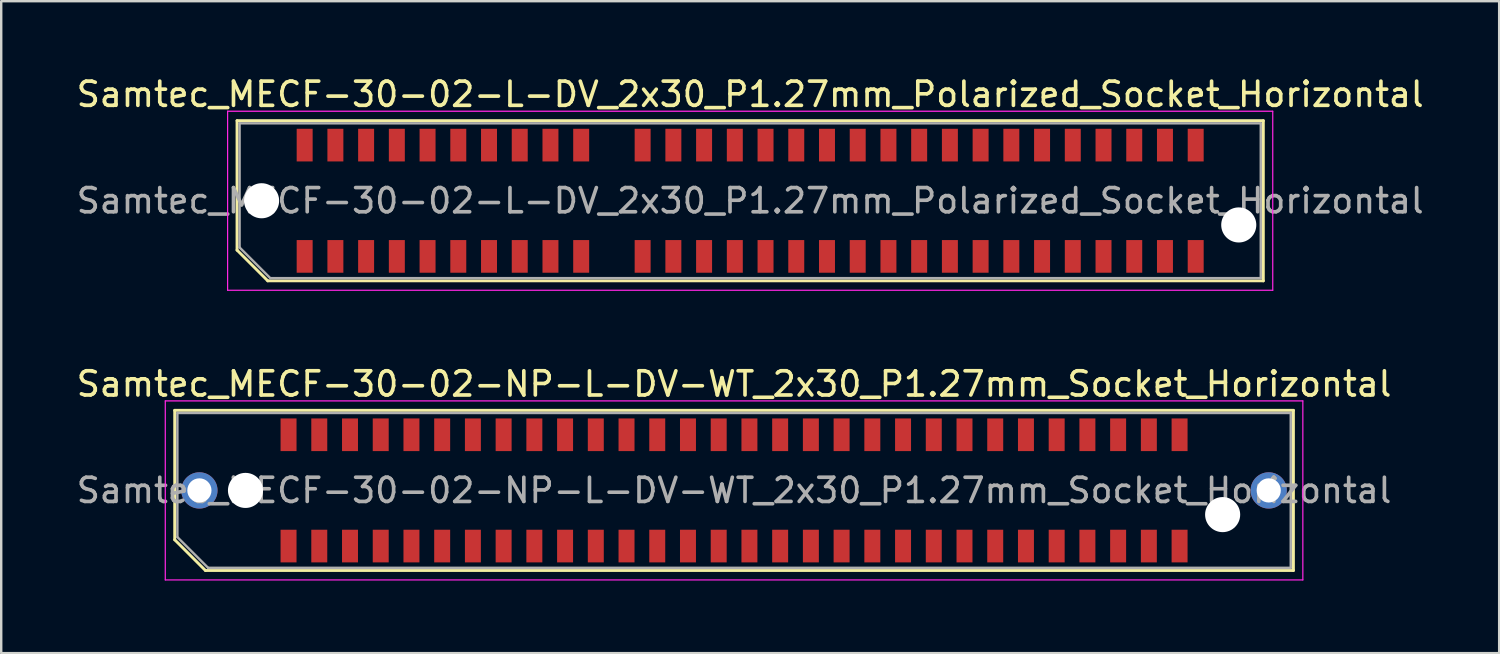
<source format=kicad_pcb>
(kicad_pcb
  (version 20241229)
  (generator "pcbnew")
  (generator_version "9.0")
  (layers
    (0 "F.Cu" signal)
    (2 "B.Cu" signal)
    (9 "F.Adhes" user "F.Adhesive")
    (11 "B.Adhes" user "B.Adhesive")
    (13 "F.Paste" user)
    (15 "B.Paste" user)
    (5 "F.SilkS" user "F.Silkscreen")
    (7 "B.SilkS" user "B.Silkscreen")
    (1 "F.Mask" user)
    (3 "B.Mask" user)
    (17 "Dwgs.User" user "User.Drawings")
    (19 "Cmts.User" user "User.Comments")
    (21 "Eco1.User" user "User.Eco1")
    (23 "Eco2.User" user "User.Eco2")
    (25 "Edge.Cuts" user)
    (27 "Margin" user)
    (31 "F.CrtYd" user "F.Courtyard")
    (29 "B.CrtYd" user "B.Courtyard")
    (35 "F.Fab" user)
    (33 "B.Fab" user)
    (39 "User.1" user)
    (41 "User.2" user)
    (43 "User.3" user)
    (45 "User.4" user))
  (footprint "Samtec_MECF-30-02-NP-L-DV-WT_2x30_P1.27mm_Socket_Horizontal"
    (layer "F.Cu")
    (at 27.292 17.221)
    (property "Reference" "Samtec_MECF-30-02-NP-L-DV-WT_2x30_P1.27mm_Socket_Horizontal" (at 0 -4.4 0) (layer "F.SilkS") (effects (font (size 1 1) (thickness 0.15))))
    (attr smd)
    (fp_line (start -23.12 -3.31) (end 23.12 -3.31) (stroke (width 0.12) (type solid)) (layer "F.SilkS"))
    (fp_line (start -23.12 2.04) (end -23.12 -3.31) (stroke (width 0.12) (type solid)) (layer "F.SilkS"))
    (fp_line (start -21.85 3.31) (end -23.12 2.04) (stroke (width 0.12) (type solid)) (layer "F.SilkS"))
    (fp_line (start -21.85 3.31) (end 23.12 3.31) (stroke (width 0.12) (type solid)) (layer "F.SilkS"))
    (fp_line (start 23.12 3.31) (end 23.12 -3.31) (stroke (width 0.12) (type solid)) (layer "F.SilkS"))
    (fp_line (start -23.51 -3.7) (end -23.51 3.7) (stroke (width 0.05) (type solid)) (layer "F.CrtYd"))
    (fp_line (start -23.51 3.7) (end 23.51 3.7) (stroke (width 0.05) (type solid)) (layer "F.CrtYd"))
    (fp_line (start 23.51 -3.7) (end -23.51 -3.7) (stroke (width 0.05) (type solid)) (layer "F.CrtYd"))
    (fp_line (start 23.51 3.7) (end 23.51 -3.7) (stroke (width 0.05) (type solid)) (layer "F.CrtYd"))
    (fp_line (start -23.01 -3.2) (end 23.01 -3.2) (stroke (width 0.1) (type solid)) (layer "F.Fab"))
    (fp_line (start -23.01 1.93) (end -23.01 -3.2) (stroke (width 0.1) (type solid)) (layer "F.Fab"))
    (fp_line (start -23.01 1.93) (end -21.74 3.2) (stroke (width 0.1) (type solid)) (layer "F.Fab"))
    (fp_line (start -21.74 3.2) (end 23.01 3.2) (stroke (width 0.1) (type solid)) (layer "F.Fab"))
    (fp_line (start 23.01 3.2) (end 23.01 -3.2) (stroke (width 0.1) (type solid)) (layer "F.Fab"))
    (fp_text user "${REFERENCE}" (at 0 0 0) (layer "F.Fab") (effects (font (size 1 1) (thickness 0.15))))
    (pad "" thru_hole circle (at -22.1 0) (size 1.5 1.5) (drill 1) (layers "*.Cu" "*.Mask"))
    (pad "" np_thru_hole circle (at -20.195 0) (size 1.45 1.45) (drill 1.45) (layers "*.Cu" "*.Mask"))
    (pad "" np_thru_hole circle (at 20.195 1) (size 1.45 1.45) (drill 1.45) (layers "*.Cu" "*.Mask"))
    (pad "" thru_hole circle (at 22.1 0) (size 1.5 1.5) (drill 1) (layers "*.Cu" "*.Mask"))
    (pad "1" smd rect (at -18.415 2.3) (size 0.66 1.35) (layers "F.Cu" "F.Mask" "F.Paste"))
    (pad "2" smd rect (at -18.415 -2.3) (size 0.66 1.35) (layers "F.Cu" "F.Mask" "F.Paste"))
    (pad "3" smd rect (at -17.145 2.3) (size 0.66 1.35) (layers "F.Cu" "F.Mask" "F.Paste"))
    (pad "4" smd rect (at -17.145 -2.3) (size 0.66 1.35) (layers "F.Cu" "F.Mask" "F.Paste"))
    (pad "5" smd rect (at -15.875 2.3) (size 0.66 1.35) (layers "F.Cu" "F.Mask" "F.Paste"))
    (pad "6" smd rect (at -15.875 -2.3) (size 0.66 1.35) (layers "F.Cu" "F.Mask" "F.Paste"))
    (pad "7" smd rect (at -14.605 2.3) (size 0.66 1.35) (layers "F.Cu" "F.Mask" "F.Paste"))
    (pad "8" smd rect (at -14.605 -2.3) (size 0.66 1.35) (layers "F.Cu" "F.Mask" "F.Paste"))
    (pad "9" smd rect (at -13.335 2.3) (size 0.66 1.35) (layers "F.Cu" "F.Mask" "F.Paste"))
    (pad "10" smd rect (at -13.335 -2.3) (size 0.66 1.35) (layers "F.Cu" "F.Mask" "F.Paste"))
    (pad "11" smd rect (at -12.065 2.3) (size 0.66 1.35) (layers "F.Cu" "F.Mask" "F.Paste"))
    (pad "12" smd rect (at -12.065 -2.3) (size 0.66 1.35) (layers "F.Cu" "F.Mask" "F.Paste"))
    (pad "13" smd rect (at -10.795 2.3) (size 0.66 1.35) (layers "F.Cu" "F.Mask" "F.Paste"))
    (pad "14" smd rect (at -10.795 -2.3) (size 0.66 1.35) (layers "F.Cu" "F.Mask" "F.Paste"))
    (pad "15" smd rect (at -9.525 2.3) (size 0.66 1.35) (layers "F.Cu" "F.Mask" "F.Paste"))
    (pad "16" smd rect (at -9.525 -2.3) (size 0.66 1.35) (layers "F.Cu" "F.Mask" "F.Paste"))
    (pad "17" smd rect (at -8.255 2.3) (size 0.66 1.35) (layers "F.Cu" "F.Mask" "F.Paste"))
    (pad "18" smd rect (at -8.255 -2.3) (size 0.66 1.35) (layers "F.Cu" "F.Mask" "F.Paste"))
    (pad "19" smd rect (at -6.985 2.3) (size 0.66 1.35) (layers "F.Cu" "F.Mask" "F.Paste"))
    (pad "20" smd rect (at -6.985 -2.3) (size 0.66 1.35) (layers "F.Cu" "F.Mask" "F.Paste"))
    (pad "21" smd rect (at -5.715 2.3) (size 0.66 1.35) (layers "F.Cu" "F.Mask" "F.Paste"))
    (pad "22" smd rect (at -5.715 -2.3) (size 0.66 1.35) (layers "F.Cu" "F.Mask" "F.Paste"))
    (pad "23" smd rect (at -4.445 2.3) (size 0.66 1.35) (layers "F.Cu" "F.Mask" "F.Paste"))
    (pad "24" smd rect (at -4.445 -2.3) (size 0.66 1.35) (layers "F.Cu" "F.Mask" "F.Paste"))
    (pad "25" smd rect (at -3.175 2.3) (size 0.66 1.35) (layers "F.Cu" "F.Mask" "F.Paste"))
    (pad "26" smd rect (at -3.175 -2.3) (size 0.66 1.35) (layers "F.Cu" "F.Mask" "F.Paste"))
    (pad "27" smd rect (at -1.905 2.3) (size 0.66 1.35) (layers "F.Cu" "F.Mask" "F.Paste"))
    (pad "28" smd rect (at -1.905 -2.3) (size 0.66 1.35) (layers "F.Cu" "F.Mask" "F.Paste"))
    (pad "29" smd rect (at -0.635 2.3) (size 0.66 1.35) (layers "F.Cu" "F.Mask" "F.Paste"))
    (pad "30" smd rect (at -0.635 -2.3) (size 0.66 1.35) (layers "F.Cu" "F.Mask" "F.Paste"))
    (pad "31" smd rect (at 0.635 2.3) (size 0.66 1.35) (layers "F.Cu" "F.Mask" "F.Paste"))
    (pad "32" smd rect (at 0.635 -2.3) (size 0.66 1.35) (layers "F.Cu" "F.Mask" "F.Paste"))
    (pad "33" smd rect (at 1.905 2.3) (size 0.66 1.35) (layers "F.Cu" "F.Mask" "F.Paste"))
    (pad "34" smd rect (at 1.905 -2.3) (size 0.66 1.35) (layers "F.Cu" "F.Mask" "F.Paste"))
    (pad "35" smd rect (at 3.175 2.3) (size 0.66 1.35) (layers "F.Cu" "F.Mask" "F.Paste"))
    (pad "36" smd rect (at 3.175 -2.3) (size 0.66 1.35) (layers "F.Cu" "F.Mask" "F.Paste"))
    (pad "37" smd rect (at 4.445 2.3) (size 0.66 1.35) (layers "F.Cu" "F.Mask" "F.Paste"))
    (pad "38" smd rect (at 4.445 -2.3) (size 0.66 1.35) (layers "F.Cu" "F.Mask" "F.Paste"))
    (pad "39" smd rect (at 5.715 2.3) (size 0.66 1.35) (layers "F.Cu" "F.Mask" "F.Paste"))
    (pad "40" smd rect (at 5.715 -2.3) (size 0.66 1.35) (layers "F.Cu" "F.Mask" "F.Paste"))
    (pad "41" smd rect (at 6.985 2.3) (size 0.66 1.35) (layers "F.Cu" "F.Mask" "F.Paste"))
    (pad "42" smd rect (at 6.985 -2.3) (size 0.66 1.35) (layers "F.Cu" "F.Mask" "F.Paste"))
    (pad "43" smd rect (at 8.255 2.3) (size 0.66 1.35) (layers "F.Cu" "F.Mask" "F.Paste"))
    (pad "44" smd rect (at 8.255 -2.3) (size 0.66 1.35) (layers "F.Cu" "F.Mask" "F.Paste"))
    (pad "45" smd rect (at 9.525 2.3) (size 0.66 1.35) (layers "F.Cu" "F.Mask" "F.Paste"))
    (pad "46" smd rect (at 9.525 -2.3) (size 0.66 1.35) (layers "F.Cu" "F.Mask" "F.Paste"))
    (pad "47" smd rect (at 10.795 2.3) (size 0.66 1.35) (layers "F.Cu" "F.Mask" "F.Paste"))
    (pad "48" smd rect (at 10.795 -2.3) (size 0.66 1.35) (layers "F.Cu" "F.Mask" "F.Paste"))
    (pad "49" smd rect (at 12.065 2.3) (size 0.66 1.35) (layers "F.Cu" "F.Mask" "F.Paste"))
    (pad "50" smd rect (at 12.065 -2.3) (size 0.66 1.35) (layers "F.Cu" "F.Mask" "F.Paste"))
    (pad "51" smd rect (at 13.335 2.3) (size 0.66 1.35) (layers "F.Cu" "F.Mask" "F.Paste"))
    (pad "52" smd rect (at 13.335 -2.3) (size 0.66 1.35) (layers "F.Cu" "F.Mask" "F.Paste"))
    (pad "53" smd rect (at 14.605 2.3) (size 0.66 1.35) (layers "F.Cu" "F.Mask" "F.Paste"))
    (pad "54" smd rect (at 14.605 -2.3) (size 0.66 1.35) (layers "F.Cu" "F.Mask" "F.Paste"))
    (pad "55" smd rect (at 15.875 2.3) (size 0.66 1.35) (layers "F.Cu" "F.Mask" "F.Paste"))
    (pad "56" smd rect (at 15.875 -2.3) (size 0.66 1.35) (layers "F.Cu" "F.Mask" "F.Paste"))
    (pad "57" smd rect (at 17.145 2.3) (size 0.66 1.35) (layers "F.Cu" "F.Mask" "F.Paste"))
    (pad "58" smd rect (at 17.145 -2.3) (size 0.66 1.35) (layers "F.Cu" "F.Mask" "F.Paste"))
    (pad "59" smd rect (at 18.415 2.3) (size 0.66 1.35) (layers "F.Cu" "F.Mask" "F.Paste"))
    (pad "60" smd rect (at 18.415 -2.3) (size 0.66 1.35) (layers "F.Cu" "F.Mask" "F.Paste")))
  (footprint "Samtec_MECF-30-02-L-DV_2x30_P1.27mm_Polarized_Socket_Horizontal"
    (layer "F.Cu")
    (at 27.958 5.248)
    (property "Reference" "Samtec_MECF-30-02-L-DV_2x30_P1.27mm_Polarized_Socket_Horizontal" (at 0 -4.4 0) (layer "F.SilkS") (effects (font (size 1 1) (thickness 0.15))))
    (attr smd)
    (fp_line (start -21.21 -3.31) (end 21.21 -3.31) (stroke (width 0.12) (type solid)) (layer "F.SilkS"))
    (fp_line (start -21.21 2.04) (end -21.21 -3.31) (stroke (width 0.12) (type solid)) (layer "F.SilkS"))
    (fp_line (start -19.94 3.31) (end -21.21 2.04) (stroke (width 0.12) (type solid)) (layer "F.SilkS"))
    (fp_line (start -19.94 3.31) (end 21.21 3.31) (stroke (width 0.12) (type solid)) (layer "F.SilkS"))
    (fp_line (start 21.21 3.31) (end 21.21 -3.31) (stroke (width 0.12) (type solid)) (layer "F.SilkS"))
    (fp_line (start -21.6 -3.7) (end -21.6 3.7) (stroke (width 0.05) (type solid)) (layer "F.CrtYd"))
    (fp_line (start -21.6 3.7) (end 21.6 3.7) (stroke (width 0.05) (type solid)) (layer "F.CrtYd"))
    (fp_line (start 21.6 -3.7) (end -21.6 -3.7) (stroke (width 0.05) (type solid)) (layer "F.CrtYd"))
    (fp_line (start 21.6 3.7) (end 21.6 -3.7) (stroke (width 0.05) (type solid)) (layer "F.CrtYd"))
    (fp_line (start -21.105 -3.2) (end 21.105 -3.2) (stroke (width 0.1) (type solid)) (layer "F.Fab"))
    (fp_line (start -21.105 1.93) (end -21.105 -3.2) (stroke (width 0.1) (type solid)) (layer "F.Fab"))
    (fp_line (start -21.105 1.93) (end -19.835 3.2) (stroke (width 0.1) (type solid)) (layer "F.Fab"))
    (fp_line (start -19.835 3.2) (end 21.105 3.2) (stroke (width 0.1) (type solid)) (layer "F.Fab"))
    (fp_line (start 21.105 3.2) (end 21.105 -3.2) (stroke (width 0.1) (type solid)) (layer "F.Fab"))
    (fp_text user "${REFERENCE}" (at 0 0 0) (layer "F.Fab") (effects (font (size 1 1) (thickness 0.15))))
    (pad "" np_thru_hole circle (at -20.195 0) (size 1.45 1.45) (drill 1.45) (layers "*.Cu" "*.Mask"))
    (pad "" np_thru_hole circle (at 20.195 1) (size 1.45 1.45) (drill 1.45) (layers "*.Cu" "*.Mask"))
    (pad "1" smd rect (at -18.415 2.3) (size 0.66 1.35) (layers "F.Cu" "F.Mask" "F.Paste"))
    (pad "2" smd rect (at -18.415 -2.3) (size 0.66 1.35) (layers "F.Cu" "F.Mask" "F.Paste"))
    (pad "3" smd rect (at -17.145 2.3) (size 0.66 1.35) (layers "F.Cu" "F.Mask" "F.Paste"))
    (pad "4" smd rect (at -17.145 -2.3) (size 0.66 1.35) (layers "F.Cu" "F.Mask" "F.Paste"))
    (pad "5" smd rect (at -15.875 2.3) (size 0.66 1.35) (layers "F.Cu" "F.Mask" "F.Paste"))
    (pad "6" smd rect (at -15.875 -2.3) (size 0.66 1.35) (layers "F.Cu" "F.Mask" "F.Paste"))
    (pad "7" smd rect (at -14.605 2.3) (size 0.66 1.35) (layers "F.Cu" "F.Mask" "F.Paste"))
    (pad "8" smd rect (at -14.605 -2.3) (size 0.66 1.35) (layers "F.Cu" "F.Mask" "F.Paste"))
    (pad "9" smd rect (at -13.335 2.3) (size 0.66 1.35) (layers "F.Cu" "F.Mask" "F.Paste"))
    (pad "10" smd rect (at -13.335 -2.3) (size 0.66 1.35) (layers "F.Cu" "F.Mask" "F.Paste"))
    (pad "11" smd rect (at -12.065 2.3) (size 0.66 1.35) (layers "F.Cu" "F.Mask" "F.Paste"))
    (pad "12" smd rect (at -12.065 -2.3) (size 0.66 1.35) (layers "F.Cu" "F.Mask" "F.Paste"))
    (pad "13" smd rect (at -10.795 2.3) (size 0.66 1.35) (layers "F.Cu" "F.Mask" "F.Paste"))
    (pad "14" smd rect (at -10.795 -2.3) (size 0.66 1.35) (layers "F.Cu" "F.Mask" "F.Paste"))
    (pad "15" smd rect (at -9.525 2.3) (size 0.66 1.35) (layers "F.Cu" "F.Mask" "F.Paste"))
    (pad "16" smd rect (at -9.525 -2.3) (size 0.66 1.35) (layers "F.Cu" "F.Mask" "F.Paste"))
    (pad "17" smd rect (at -8.255 2.3) (size 0.66 1.35) (layers "F.Cu" "F.Mask" "F.Paste"))
    (pad "18" smd rect (at -8.255 -2.3) (size 0.66 1.35) (layers "F.Cu" "F.Mask" "F.Paste"))
    (pad "19" smd rect (at -6.985 2.3) (size 0.66 1.35) (layers "F.Cu" "F.Mask" "F.Paste"))
    (pad "20" smd rect (at -6.985 -2.3) (size 0.66 1.35) (layers "F.Cu" "F.Mask" "F.Paste"))
    (pad "23" smd rect (at -4.445 2.3) (size 0.66 1.35) (layers "F.Cu" "F.Mask" "F.Paste"))
    (pad "24" smd rect (at -4.445 -2.3) (size 0.66 1.35) (layers "F.Cu" "F.Mask" "F.Paste"))
    (pad "25" smd rect (at -3.175 2.3) (size 0.66 1.35) (layers "F.Cu" "F.Mask" "F.Paste"))
    (pad "26" smd rect (at -3.175 -2.3) (size 0.66 1.35) (layers "F.Cu" "F.Mask" "F.Paste"))
    (pad "27" smd rect (at -1.905 2.3) (size 0.66 1.35) (layers "F.Cu" "F.Mask" "F.Paste"))
    (pad "28" smd rect (at -1.905 -2.3) (size 0.66 1.35) (layers "F.Cu" "F.Mask" "F.Paste"))
    (pad "29" smd rect (at -0.635 2.3) (size 0.66 1.35) (layers "F.Cu" "F.Mask" "F.Paste"))
    (pad "30" smd rect (at -0.635 -2.3) (size 0.66 1.35) (layers "F.Cu" "F.Mask" "F.Paste"))
    (pad "31" smd rect (at 0.635 2.3) (size 0.66 1.35) (layers "F.Cu" "F.Mask" "F.Paste"))
    (pad "32" smd rect (at 0.635 -2.3) (size 0.66 1.35) (layers "F.Cu" "F.Mask" "F.Paste"))
    (pad "33" smd rect (at 1.905 2.3) (size 0.66 1.35) (layers "F.Cu" "F.Mask" "F.Paste"))
    (pad "34" smd rect (at 1.905 -2.3) (size 0.66 1.35) (layers "F.Cu" "F.Mask" "F.Paste"))
    (pad "35" smd rect (at 3.175 2.3) (size 0.66 1.35) (layers "F.Cu" "F.Mask" "F.Paste"))
    (pad "36" smd rect (at 3.175 -2.3) (size 0.66 1.35) (layers "F.Cu" "F.Mask" "F.Paste"))
    (pad "37" smd rect (at 4.445 2.3) (size 0.66 1.35) (layers "F.Cu" "F.Mask" "F.Paste"))
    (pad "38" smd rect (at 4.445 -2.3) (size 0.66 1.35) (layers "F.Cu" "F.Mask" "F.Paste"))
    (pad "39" smd rect (at 5.715 2.3) (size 0.66 1.35) (layers "F.Cu" "F.Mask" "F.Paste"))
    (pad "40" smd rect (at 5.715 -2.3) (size 0.66 1.35) (layers "F.Cu" "F.Mask" "F.Paste"))
    (pad "41" smd rect (at 6.985 2.3) (size 0.66 1.35) (layers "F.Cu" "F.Mask" "F.Paste"))
    (pad "42" smd rect (at 6.985 -2.3) (size 0.66 1.35) (layers "F.Cu" "F.Mask" "F.Paste"))
    (pad "43" smd rect (at 8.255 2.3) (size 0.66 1.35) (layers "F.Cu" "F.Mask" "F.Paste"))
    (pad "44" smd rect (at 8.255 -2.3) (size 0.66 1.35) (layers "F.Cu" "F.Mask" "F.Paste"))
    (pad "45" smd rect (at 9.525 2.3) (size 0.66 1.35) (layers "F.Cu" "F.Mask" "F.Paste"))
    (pad "46" smd rect (at 9.525 -2.3) (size 0.66 1.35) (layers "F.Cu" "F.Mask" "F.Paste"))
    (pad "47" smd rect (at 10.795 2.3) (size 0.66 1.35) (layers "F.Cu" "F.Mask" "F.Paste"))
    (pad "48" smd rect (at 10.795 -2.3) (size 0.66 1.35) (layers "F.Cu" "F.Mask" "F.Paste"))
    (pad "49" smd rect (at 12.065 2.3) (size 0.66 1.35) (layers "F.Cu" "F.Mask" "F.Paste"))
    (pad "50" smd rect (at 12.065 -2.3) (size 0.66 1.35) (layers "F.Cu" "F.Mask" "F.Paste"))
    (pad "51" smd rect (at 13.335 2.3) (size 0.66 1.35) (layers "F.Cu" "F.Mask" "F.Paste"))
    (pad "52" smd rect (at 13.335 -2.3) (size 0.66 1.35) (layers "F.Cu" "F.Mask" "F.Paste"))
    (pad "53" smd rect (at 14.605 2.3) (size 0.66 1.35) (layers "F.Cu" "F.Mask" "F.Paste"))
    (pad "54" smd rect (at 14.605 -2.3) (size 0.66 1.35) (layers "F.Cu" "F.Mask" "F.Paste"))
    (pad "55" smd rect (at 15.875 2.3) (size 0.66 1.35) (layers "F.Cu" "F.Mask" "F.Paste"))
    (pad "56" smd rect (at 15.875 -2.3) (size 0.66 1.35) (layers "F.Cu" "F.Mask" "F.Paste"))
    (pad "57" smd rect (at 17.145 2.3) (size 0.66 1.35) (layers "F.Cu" "F.Mask" "F.Paste"))
    (pad "58" smd rect (at 17.145 -2.3) (size 0.66 1.35) (layers "F.Cu" "F.Mask" "F.Paste"))
    (pad "59" smd rect (at 18.415 2.3) (size 0.66 1.35) (layers "F.Cu" "F.Mask" "F.Paste"))
    (pad "60" smd rect (at 18.415 -2.3) (size 0.66 1.35) (layers "F.Cu" "F.Mask" "F.Paste")))
  (gr_rect
    (start -3 -3)
    (end 58.917 23.947)
    (stroke (width 0.1) (type default))
    (fill no)
    (layer "Edge.Cuts")))
</source>
